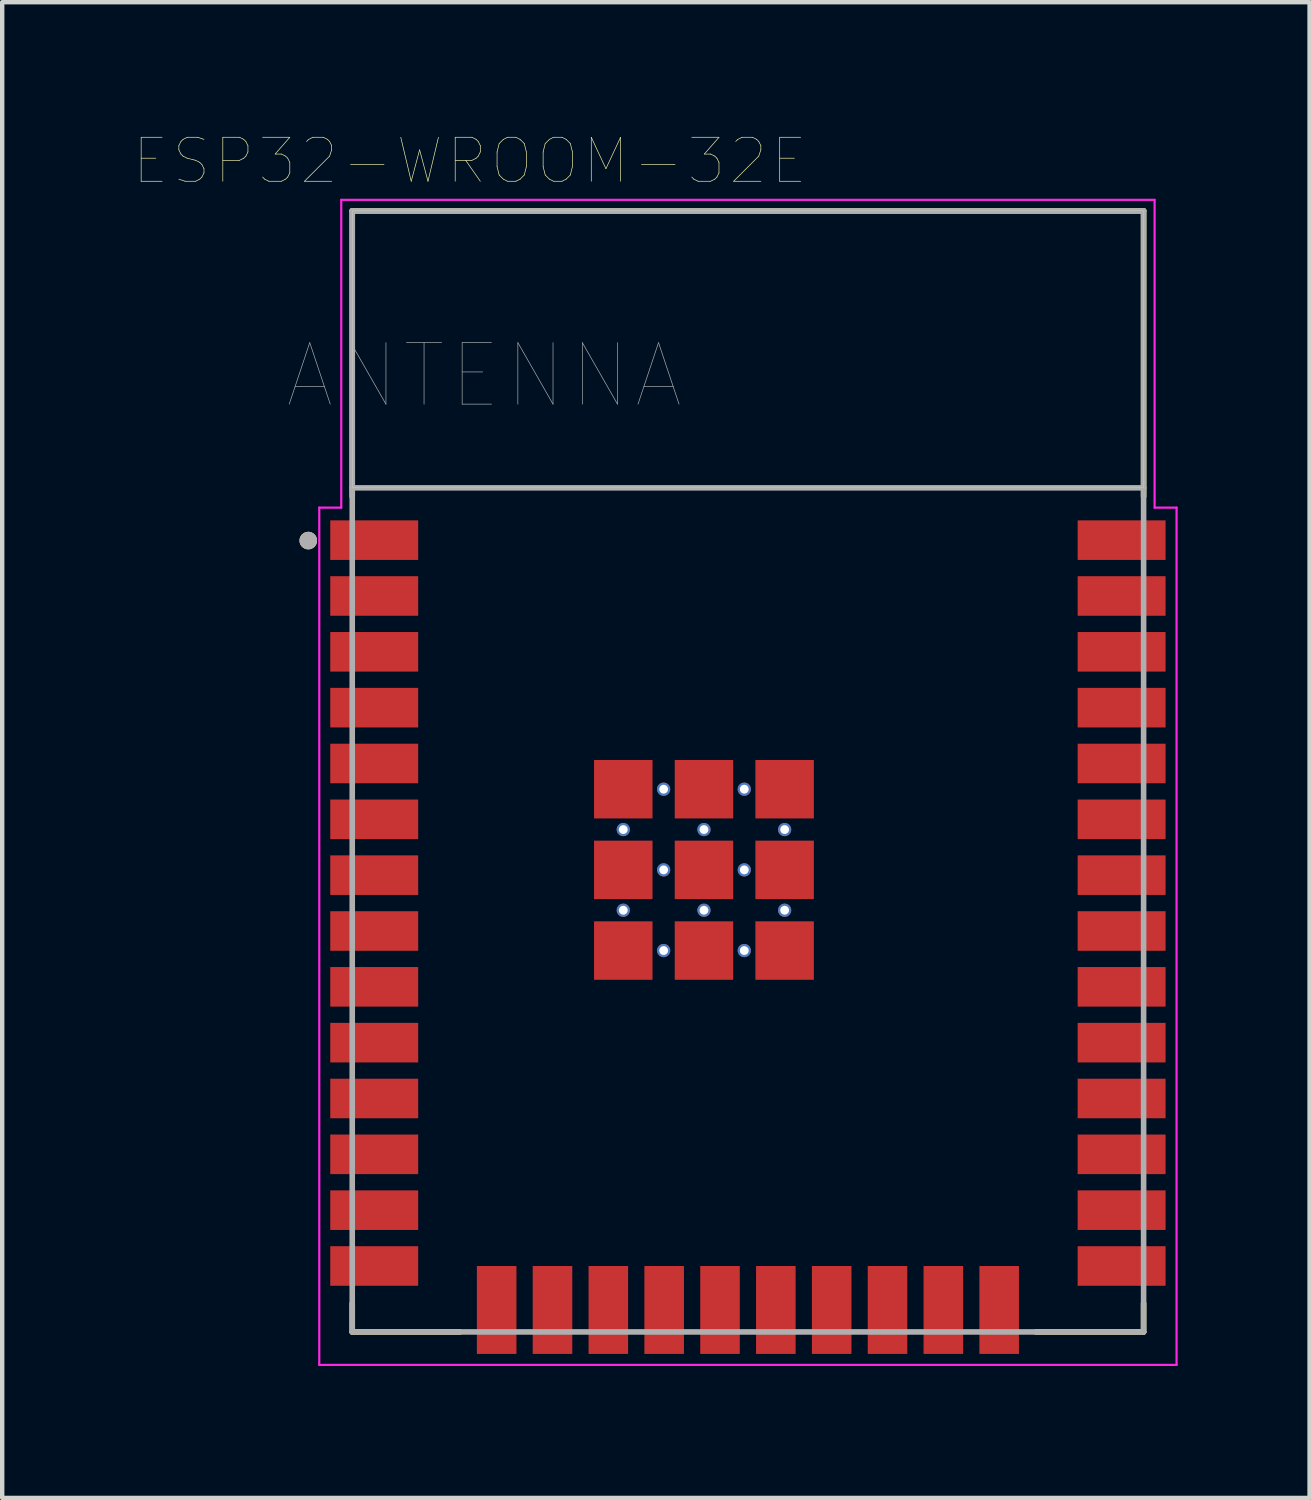
<source format=kicad_pcb>
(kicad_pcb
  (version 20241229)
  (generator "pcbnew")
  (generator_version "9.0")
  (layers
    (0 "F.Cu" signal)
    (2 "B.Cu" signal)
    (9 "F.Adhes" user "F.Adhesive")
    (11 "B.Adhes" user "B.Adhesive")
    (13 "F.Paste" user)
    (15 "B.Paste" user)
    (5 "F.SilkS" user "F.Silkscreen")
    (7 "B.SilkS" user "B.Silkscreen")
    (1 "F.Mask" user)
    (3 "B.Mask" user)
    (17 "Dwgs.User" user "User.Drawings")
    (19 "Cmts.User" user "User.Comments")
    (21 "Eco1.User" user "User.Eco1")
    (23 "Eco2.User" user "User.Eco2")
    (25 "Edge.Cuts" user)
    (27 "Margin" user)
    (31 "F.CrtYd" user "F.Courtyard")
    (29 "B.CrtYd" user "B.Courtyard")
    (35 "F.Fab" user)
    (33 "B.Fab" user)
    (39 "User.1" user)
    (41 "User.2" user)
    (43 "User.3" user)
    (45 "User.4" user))
  (footprint "ESP32-WROOM-32E"
    (layer "F.Cu")
    (at 13.962 14.496)
    (property "Reference" "ESP32-WROOM-32E" (at -6.325 -13.885 0) (layer "F.SilkS") (effects (font (size 1 1) (thickness 0.015))))
    (attr through_hole)
    (fp_line (start -9 -12.75) (end 9 -12.75) (stroke (width 0.127) (type solid)) (layer "F.SilkS"))
    (fp_line (start -9 -6.25) (end -9 -12.75) (stroke (width 0.127) (type solid)) (layer "F.SilkS"))
    (fp_line (start -9 12.1) (end -9 12.75) (stroke (width 0.127) (type solid)) (layer "F.SilkS"))
    (fp_line (start -9 12.75) (end -6.55 12.75) (stroke (width 0.127) (type solid)) (layer "F.SilkS"))
    (fp_line (start 6.55 12.75) (end 9 12.75) (stroke (width 0.127) (type solid)) (layer "F.SilkS"))
    (fp_line (start 9 -12.75) (end 9 -6.25) (stroke (width 0.127) (type solid)) (layer "F.SilkS"))
    (fp_line (start 9 12.75) (end 9 12.1) (stroke (width 0.127) (type solid)) (layer "F.SilkS"))
    (fp_circle (center -10 -5.25) (end -9.9 -5.25) (stroke (width 0.2) (type solid)) (fill no) (layer "F.SilkS"))
    (fp_poly (pts (xy -9 -12.75) (xy 9 -12.75) (xy 9 -6.45) (xy -9 -6.45)) (stroke (width 0.01) (type solid)) (fill no) (layer "Dwgs.User"))
    (fp_poly (pts (xy -9 -12.75) (xy 9 -12.75) (xy 9 -6.45) (xy -9 -6.45)) (stroke (width 0.01) (type solid)) (fill no) (layer "Dwgs.User"))
    (fp_line (start -9.75 -6) (end -9.25 -6) (stroke (width 0.05) (type solid)) (layer "F.CrtYd"))
    (fp_line (start -9.75 13.5) (end -9.75 -6) (stroke (width 0.05) (type solid)) (layer "F.CrtYd"))
    (fp_line (start -9.25 -13) (end 9.25 -13) (stroke (width 0.05) (type solid)) (layer "F.CrtYd"))
    (fp_line (start -9.25 -6) (end -9.25 -13) (stroke (width 0.05) (type solid)) (layer "F.CrtYd"))
    (fp_line (start 9.25 -13) (end 9.25 -6) (stroke (width 0.05) (type solid)) (layer "F.CrtYd"))
    (fp_line (start 9.25 -6) (end 9.75 -6) (stroke (width 0.05) (type solid)) (layer "F.CrtYd"))
    (fp_line (start 9.75 -6) (end 9.75 13.5) (stroke (width 0.05) (type solid)) (layer "F.CrtYd"))
    (fp_line (start 9.75 13.5) (end -9.75 13.5) (stroke (width 0.05) (type solid)) (layer "F.CrtYd"))
    (fp_line (start -9 -12.75) (end -9 -6.45) (stroke (width 0.127) (type solid)) (layer "F.Fab"))
    (fp_line (start -9 -12.75) (end 9 -12.75) (stroke (width 0.127) (type solid)) (layer "F.Fab"))
    (fp_line (start -9 -6.45) (end 9 -6.45) (stroke (width 0.127) (type solid)) (layer "F.Fab"))
    (fp_line (start -9 12.75) (end -9 -6.45) (stroke (width 0.127) (type solid)) (layer "F.Fab"))
    (fp_line (start 9 -12.75) (end 9 -6.45) (stroke (width 0.127) (type solid)) (layer "F.Fab"))
    (fp_line (start 9 -6.45) (end 9 12.75) (stroke (width 0.127) (type solid)) (layer "F.Fab"))
    (fp_line (start 9 12.75) (end -9 12.75) (stroke (width 0.127) (type solid)) (layer "F.Fab"))
    (fp_circle (center -10 -5.25) (end -9.9 -5.25) (stroke (width 0.2) (type solid)) (fill no) (layer "F.Fab"))
    (fp_text user "ANTENNA" (at -6 -9 0) (layer "F.Fab") (effects (font (size 1.4 1.4) (thickness 0.015))))
    (pad "1" smd rect (at -8.5 -5.26) (size 2 0.9) (layers "F.Cu" "F.Mask" "F.Paste"))
    (pad "2" smd rect (at -8.5 -3.99) (size 2 0.9) (layers "F.Cu" "F.Mask" "F.Paste"))
    (pad "3" smd rect (at -8.5 -2.72) (size 2 0.9) (layers "F.Cu" "F.Mask" "F.Paste"))
    (pad "4" smd rect (at -8.5 -1.45) (size 2 0.9) (layers "F.Cu" "F.Mask" "F.Paste"))
    (pad "5" smd rect (at -8.5 -0.18) (size 2 0.9) (layers "F.Cu" "F.Mask" "F.Paste"))
    (pad "6" smd rect (at -8.5 1.09) (size 2 0.9) (layers "F.Cu" "F.Mask" "F.Paste"))
    (pad "7" smd rect (at -8.5 2.36) (size 2 0.9) (layers "F.Cu" "F.Mask" "F.Paste"))
    (pad "8" smd rect (at -8.5 3.63) (size 2 0.9) (layers "F.Cu" "F.Mask" "F.Paste"))
    (pad "9" smd rect (at -8.5 4.9) (size 2 0.9) (layers "F.Cu" "F.Mask" "F.Paste"))
    (pad "10" smd rect (at -8.5 6.17) (size 2 0.9) (layers "F.Cu" "F.Mask" "F.Paste"))
    (pad "11" smd rect (at -8.5 7.44) (size 2 0.9) (layers "F.Cu" "F.Mask" "F.Paste"))
    (pad "12" smd rect (at -8.5 8.71) (size 2 0.9) (layers "F.Cu" "F.Mask" "F.Paste"))
    (pad "13" smd rect (at -8.5 9.98) (size 2 0.9) (layers "F.Cu" "F.Mask" "F.Paste"))
    (pad "14" smd rect (at -8.5 11.25) (size 2 0.9) (layers "F.Cu" "F.Mask" "F.Paste"))
    (pad "15" smd rect (at -5.715 12.25) (size 0.9 2) (layers "F.Cu" "F.Mask" "F.Paste"))
    (pad "16" smd rect (at -4.445 12.25) (size 0.9 2) (layers "F.Cu" "F.Mask" "F.Paste"))
    (pad "17" smd rect (at -3.175 12.25) (size 0.9 2) (layers "F.Cu" "F.Mask" "F.Paste"))
    (pad "18" smd rect (at -1.905 12.25) (size 0.9 2) (layers "F.Cu" "F.Mask" "F.Paste"))
    (pad "19" smd rect (at -0.635 12.25) (size 0.9 2) (layers "F.Cu" "F.Mask" "F.Paste"))
    (pad "20" smd rect (at 0.635 12.25) (size 0.9 2) (layers "F.Cu" "F.Mask" "F.Paste"))
    (pad "21" smd rect (at 1.905 12.25) (size 0.9 2) (layers "F.Cu" "F.Mask" "F.Paste"))
    (pad "22" smd rect (at 3.175 12.25) (size 0.9 2) (layers "F.Cu" "F.Mask" "F.Paste"))
    (pad "23" smd rect (at 4.445 12.25) (size 0.9 2) (layers "F.Cu" "F.Mask" "F.Paste"))
    (pad "24" smd rect (at 5.715 12.25) (size 0.9 2) (layers "F.Cu" "F.Mask" "F.Paste"))
    (pad "25" smd rect (at 8.5 11.25) (size 2 0.9) (layers "F.Cu" "F.Mask" "F.Paste"))
    (pad "26" smd rect (at 8.5 9.98) (size 2 0.9) (layers "F.Cu" "F.Mask" "F.Paste"))
    (pad "27" smd rect (at 8.5 8.71) (size 2 0.9) (layers "F.Cu" "F.Mask" "F.Paste"))
    (pad "28" smd rect (at 8.5 7.44) (size 2 0.9) (layers "F.Cu" "F.Mask" "F.Paste"))
    (pad "29" smd rect (at 8.5 6.17) (size 2 0.9) (layers "F.Cu" "F.Mask" "F.Paste"))
    (pad "30" smd rect (at 8.5 4.9) (size 2 0.9) (layers "F.Cu" "F.Mask" "F.Paste"))
    (pad "31" smd rect (at 8.5 3.63) (size 2 0.9) (layers "F.Cu" "F.Mask" "F.Paste"))
    (pad "32" smd rect (at 8.5 2.36) (size 2 0.9) (layers "F.Cu" "F.Mask" "F.Paste"))
    (pad "33" smd rect (at 8.5 1.09) (size 2 0.9) (layers "F.Cu" "F.Mask" "F.Paste"))
    (pad "34" smd rect (at 8.5 -0.18) (size 2 0.9) (layers "F.Cu" "F.Mask" "F.Paste"))
    (pad "35" smd rect (at 8.5 -1.45) (size 2 0.9) (layers "F.Cu" "F.Mask" "F.Paste"))
    (pad "36" smd rect (at 8.5 -2.72) (size 2 0.9) (layers "F.Cu" "F.Mask" "F.Paste"))
    (pad "37" smd rect (at 8.5 -3.99) (size 2 0.9) (layers "F.Cu" "F.Mask" "F.Paste"))
    (pad "38" smd rect (at 8.5 -5.26) (size 2 0.9) (layers "F.Cu" "F.Mask" "F.Paste"))
    (pad "39_1" smd rect (at -2.835 0.405) (size 1.33 1.33) (layers "F.Cu" "F.Mask" "F.Paste"))
    (pad "39_2" smd rect (at -1 0.405) (size 1.33 1.33) (layers "F.Cu" "F.Mask" "F.Paste"))
    (pad "39_3" smd rect (at 0.835 0.405) (size 1.33 1.33) (layers "F.Cu" "F.Mask" "F.Paste"))
    (pad "39_4" smd rect (at -2.835 2.24) (size 1.33 1.33) (layers "F.Cu" "F.Mask" "F.Paste"))
    (pad "39_5" smd rect (at -1 2.24) (size 1.33 1.33) (layers "F.Cu" "F.Mask" "F.Paste"))
    (pad "39_6" smd rect (at 0.835 2.24) (size 1.33 1.33) (layers "F.Cu" "F.Mask" "F.Paste"))
    (pad "39_7" smd rect (at -2.835 4.075) (size 1.33 1.33) (layers "F.Cu" "F.Mask" "F.Paste"))
    (pad "39_8" smd rect (at -1 4.075) (size 1.33 1.33) (layers "F.Cu" "F.Mask" "F.Paste"))
    (pad "39_9" smd rect (at 0.835 4.075) (size 1.33 1.33) (layers "F.Cu" "F.Mask" "F.Paste"))
    (pad "39_10" thru_hole circle (at -1.917 0.405) (size 0.3 0.3) (drill 0.2) (layers "*.Cu" "*.Mask"))
    (pad "39_11" thru_hole circle (at -0.083 0.405) (size 0.3 0.3) (drill 0.2) (layers "*.Cu" "*.Mask"))
    (pad "39_12" thru_hole circle (at -2.835 1.323) (size 0.3 0.3) (drill 0.2) (layers "*.Cu" "*.Mask"))
    (pad "39_13" thru_hole circle (at -1 1.323) (size 0.3 0.3) (drill 0.2) (layers "*.Cu" "*.Mask"))
    (pad "39_14" thru_hole circle (at 0.835 1.323) (size 0.3 0.3) (drill 0.2) (layers "*.Cu" "*.Mask"))
    (pad "39_15" thru_hole circle (at -1.917 2.24) (size 0.3 0.3) (drill 0.2) (layers "*.Cu" "*.Mask"))
    (pad "39_16" thru_hole circle (at -0.083 2.24) (size 0.3 0.3) (drill 0.2) (layers "*.Cu" "*.Mask"))
    (pad "39_17" thru_hole circle (at -2.835 3.158) (size 0.3 0.3) (drill 0.2) (layers "*.Cu" "*.Mask"))
    (pad "39_18" thru_hole circle (at -1 3.158) (size 0.3 0.3) (drill 0.2) (layers "*.Cu" "*.Mask"))
    (pad "39_19" thru_hole circle (at 0.835 3.158) (size 0.3 0.3) (drill 0.2) (layers "*.Cu" "*.Mask"))
    (pad "39_20" thru_hole circle (at -1.917 4.075) (size 0.3 0.3) (drill 0.2) (layers "*.Cu" "*.Mask"))
    (pad "39_21" thru_hole circle (at -0.083 4.075) (size 0.3 0.3) (drill 0.2) (layers "*.Cu" "*.Mask")))
  (gr_rect
    (start -3 -3)
    (end 26.737 31.021)
    (stroke (width 0.1) (type default))
    (fill no)
    (layer "Edge.Cuts")))
</source>
